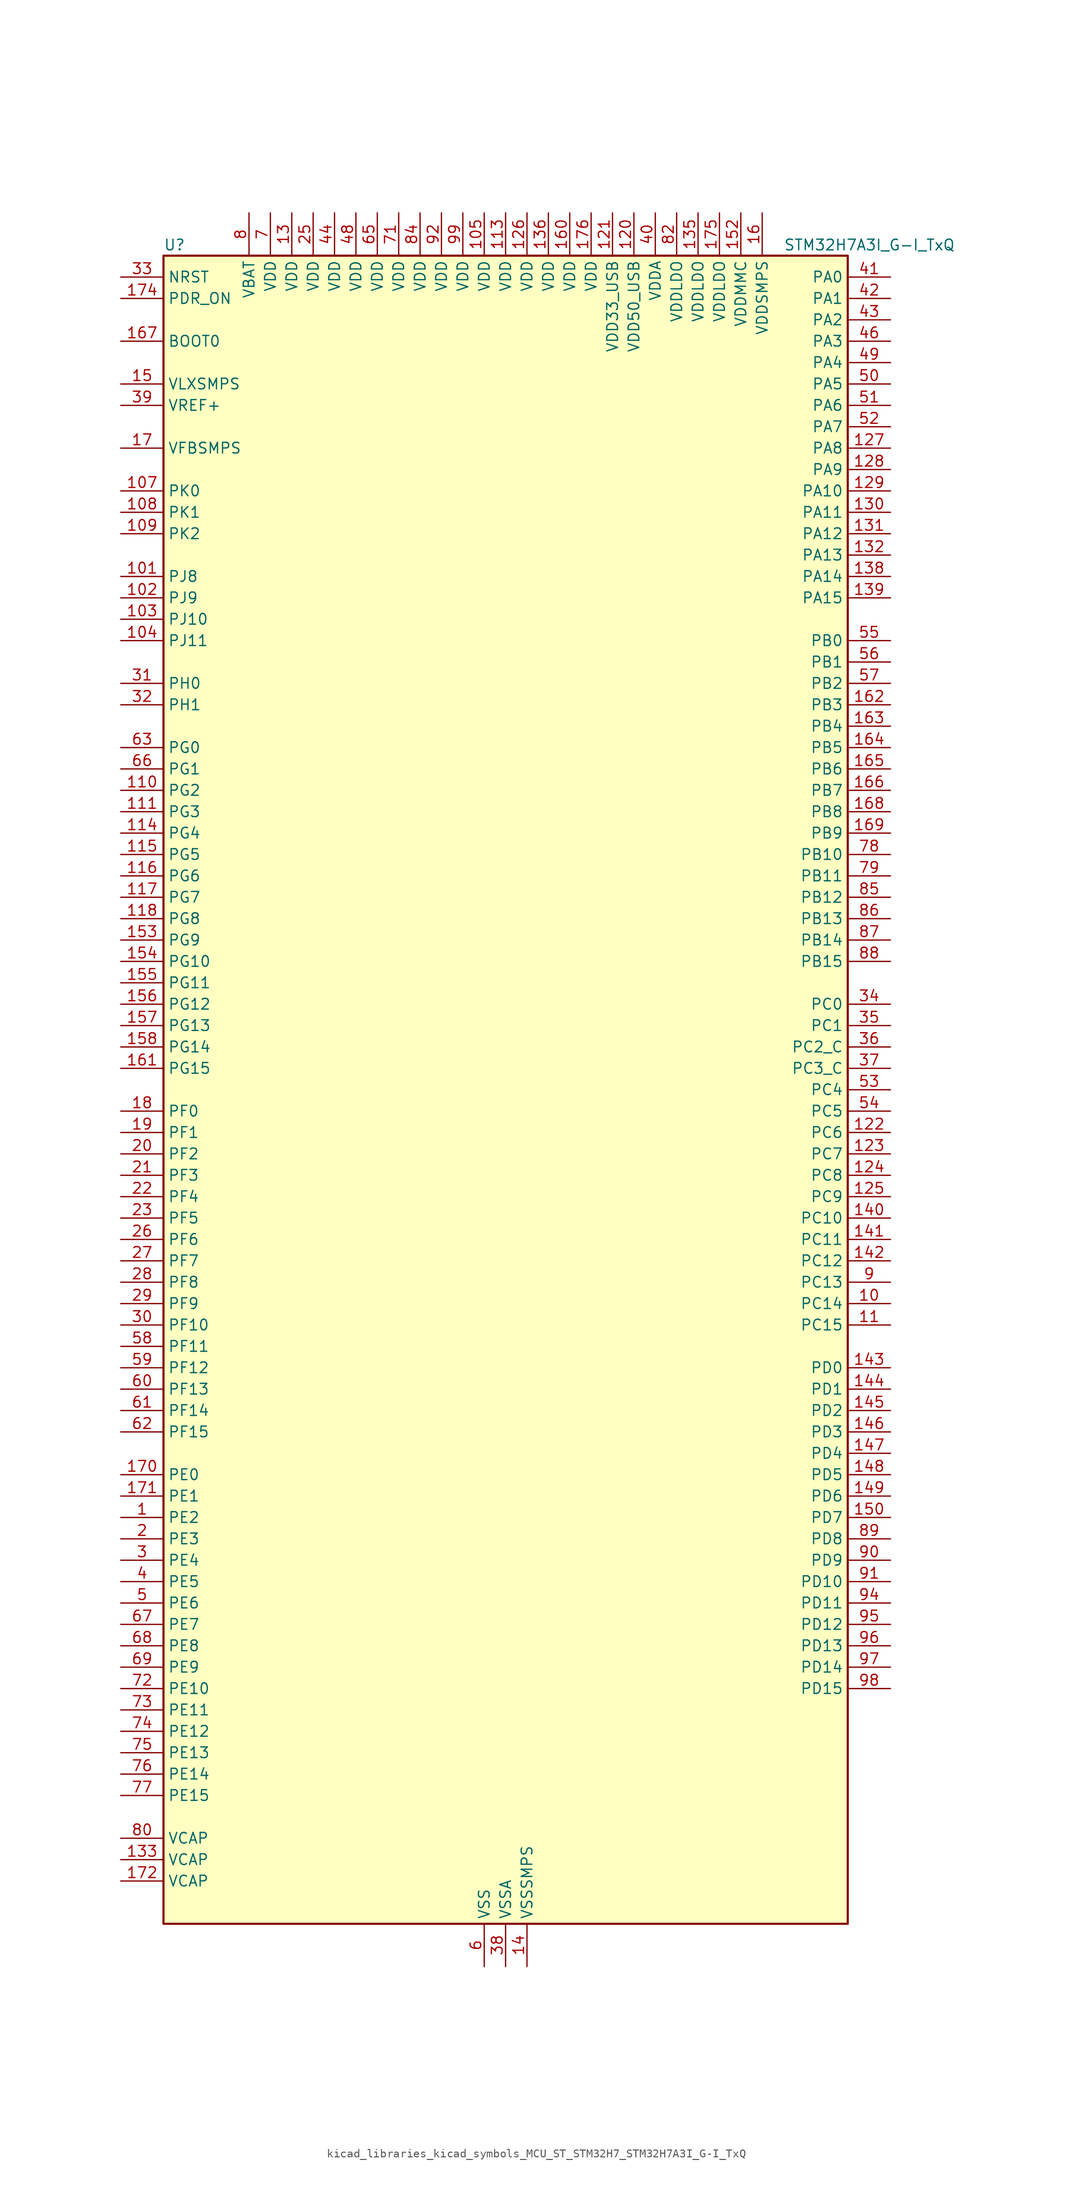
<source format=kicad_sym>
(kicad_symbol_lib
  (version 20220914)
  (generator kicad_symbol_editor)
  (symbol "kicad_libraries_kicad_symbols_MCU_ST_STM32H7_STM32H7A3I_G-I_TxQ"
    (property "Reference" "U"
      (at -40.64 100.33 0)
      (effects (font (size 1.27 1.27)) (justify left)))
    (property "Value" "STM32H7A3I_G-I_TxQ"
      (at 33.02 100.33 0)
      (effects (font (size 1.27 1.27)) (justify left)))
    (property "ki_locked" ""
      (at 0 0 0)
      (effects (font (size 1.27 1.27))))
    (symbol "kicad_libraries_kicad_symbols_MCU_ST_STM32H7_STM32H7A3I_G-I_TxQ_0_1"
      (rectangle (start -40.64 -99.06) (end 40.64 99.06) (stroke (width 0.254) (type default)) (fill (type background))))
    (symbol "kicad_libraries_kicad_symbols_MCU_ST_STM32H7_STM32H7A3I_G-I_TxQ_1_1"
      (pin bidirectional line (at -45.72 -50.8 0) (length 5.08) (name "PE2" (effects (font (size 1.27 1.27)))) (number "1" (effects (font (size 1.27 1.27)))) (alternate "DEBUG_TRACECLK" bidirectional line) (alternate "FMC_A23" bidirectional line) (alternate "OCTOSPIM_P1_IO2" bidirectional line) (alternate "SAI1_CK1" bidirectional line) (alternate "SAI1_MCLK_A" bidirectional line) (alternate "SPI4_SCK" bidirectional line) (alternate "USART10_RX" bidirectional line))
      (pin bidirectional line (at 45.72 -25.4 180) (length 5.08) (name "PC14" (effects (font (size 1.27 1.27)))) (number "10" (effects (font (size 1.27 1.27)))) (alternate "RCC_OSC32_IN" bidirectional line))
      (pin passive line (at -2.54 -104.14 90) (length 5.08) hide (name "VSS" (effects (font (size 1.27 1.27)))) (number "100" (effects (font (size 1.27 1.27)))))
      (pin bidirectional line (at -45.72 60.96 0) (length 5.08) (name "PJ8" (effects (font (size 1.27 1.27)))) (number "101" (effects (font (size 1.27 1.27)))) (alternate "LTDC_G1" bidirectional line) (alternate "TIM1_CH3N" bidirectional line) (alternate "TIM8_CH1" bidirectional line) (alternate "UART8_TX" bidirectional line))
      (pin bidirectional line (at -45.72 58.42 0) (length 5.08) (name "PJ9" (effects (font (size 1.27 1.27)))) (number "102" (effects (font (size 1.27 1.27)))) (alternate "DAC1_EXTI9" bidirectional line) (alternate "LTDC_G2" bidirectional line) (alternate "TIM1_CH3" bidirectional line) (alternate "TIM8_CH1N" bidirectional line) (alternate "UART8_RX" bidirectional line))
      (pin bidirectional line (at -45.72 55.88 0) (length 5.08) (name "PJ10" (effects (font (size 1.27 1.27)))) (number "103" (effects (font (size 1.27 1.27)))) (alternate "LTDC_G3" bidirectional line) (alternate "SPI5_MOSI" bidirectional line) (alternate "TIM1_CH2N" bidirectional line) (alternate "TIM8_CH2" bidirectional line))
      (pin bidirectional line (at -45.72 53.34 0) (length 5.08) (name "PJ11" (effects (font (size 1.27 1.27)))) (number "104" (effects (font (size 1.27 1.27)))) (alternate "ADC1_EXTI11" bidirectional line) (alternate "ADC2_EXTI11" bidirectional line) (alternate "LTDC_G4" bidirectional line) (alternate "SPI5_MISO" bidirectional line) (alternate "TIM1_CH2" bidirectional line) (alternate "TIM8_CH2N" bidirectional line))
      (pin power_in line (at -2.54 104.14 270) (length 5.08) (name "VDD" (effects (font (size 1.27 1.27)))) (number "105" (effects (font (size 1.27 1.27)))))
      (pin passive line (at -2.54 -104.14 90) (length 5.08) hide (name "VSS" (effects (font (size 1.27 1.27)))) (number "106" (effects (font (size 1.27 1.27)))))
      (pin bidirectional line (at -45.72 71.12 0) (length 5.08) (name "PK0" (effects (font (size 1.27 1.27)))) (number "107" (effects (font (size 1.27 1.27)))) (alternate "LTDC_G5" bidirectional line) (alternate "SPI5_SCK" bidirectional line) (alternate "TIM1_CH1N" bidirectional line) (alternate "TIM8_CH3" bidirectional line))
      (pin bidirectional line (at -45.72 68.58 0) (length 5.08) (name "PK1" (effects (font (size 1.27 1.27)))) (number "108" (effects (font (size 1.27 1.27)))) (alternate "LTDC_G6" bidirectional line) (alternate "SPI5_NSS" bidirectional line) (alternate "TIM1_CH1" bidirectional line) (alternate "TIM8_CH3N" bidirectional line))
      (pin bidirectional line (at -45.72 66.04 0) (length 5.08) (name "PK2" (effects (font (size 1.27 1.27)))) (number "109" (effects (font (size 1.27 1.27)))) (alternate "LTDC_G7" bidirectional line) (alternate "TIM1_BKIN" bidirectional line) (alternate "TIM1_BKIN_COMP1" bidirectional line) (alternate "TIM1_BKIN_COMP2" bidirectional line) (alternate "TIM8_BKIN" bidirectional line) (alternate "TIM8_BKIN_COMP1" bidirectional line) (alternate "TIM8_BKIN_COMP2" bidirectional line))
      (pin bidirectional line (at 45.72 -27.94 180) (length 5.08) (name "PC15" (effects (font (size 1.27 1.27)))) (number "11" (effects (font (size 1.27 1.27)))) (alternate "ADC1_EXTI15" bidirectional line) (alternate "ADC2_EXTI15" bidirectional line) (alternate "RCC_OSC32_OUT" bidirectional line))
      (pin bidirectional line (at -45.72 35.56 0) (length 5.08) (name "PG2" (effects (font (size 1.27 1.27)))) (number "110" (effects (font (size 1.27 1.27)))) (alternate "FMC_A12" bidirectional line) (alternate "TIM8_BKIN" bidirectional line) (alternate "TIM8_BKIN_COMP1" bidirectional line) (alternate "TIM8_BKIN_COMP2" bidirectional line))
      (pin bidirectional line (at -45.72 33.02 0) (length 5.08) (name "PG3" (effects (font (size 1.27 1.27)))) (number "111" (effects (font (size 1.27 1.27)))) (alternate "FMC_A13" bidirectional line) (alternate "TIM8_BKIN2" bidirectional line) (alternate "TIM8_BKIN2_COMP1" bidirectional line) (alternate "TIM8_BKIN2_COMP2" bidirectional line))
      (pin passive line (at -2.54 -104.14 90) (length 5.08) hide (name "VSS" (effects (font (size 1.27 1.27)))) (number "112" (effects (font (size 1.27 1.27)))))
      (pin power_in line (at 0 104.14 270) (length 5.08) (name "VDD" (effects (font (size 1.27 1.27)))) (number "113" (effects (font (size 1.27 1.27)))))
      (pin bidirectional line (at -45.72 30.48 0) (length 5.08) (name "PG4" (effects (font (size 1.27 1.27)))) (number "114" (effects (font (size 1.27 1.27)))) (alternate "FMC_A14" bidirectional line) (alternate "FMC_BA0" bidirectional line) (alternate "TIM1_BKIN2" bidirectional line) (alternate "TIM1_BKIN2_COMP1" bidirectional line) (alternate "TIM1_BKIN2_COMP2" bidirectional line))
      (pin bidirectional line (at -45.72 27.94 0) (length 5.08) (name "PG5" (effects (font (size 1.27 1.27)))) (number "115" (effects (font (size 1.27 1.27)))) (alternate "FMC_A15" bidirectional line) (alternate "FMC_BA1" bidirectional line) (alternate "TIM1_ETR" bidirectional line))
      (pin bidirectional line (at -45.72 25.4 0) (length 5.08) (name "PG6" (effects (font (size 1.27 1.27)))) (number "116" (effects (font (size 1.27 1.27)))) (alternate "DCMI_D12" bidirectional line) (alternate "FMC_NE3" bidirectional line) (alternate "LTDC_R7" bidirectional line) (alternate "OCTOSPIM_P1_NCS" bidirectional line) (alternate "PSSI_D12" bidirectional line) (alternate "TIM17_BKIN" bidirectional line))
      (pin bidirectional line (at -45.72 22.86 0) (length 5.08) (name "PG7" (effects (font (size 1.27 1.27)))) (number "117" (effects (font (size 1.27 1.27)))) (alternate "DCMI_D13" bidirectional line) (alternate "FMC_INT" bidirectional line) (alternate "LTDC_CLK" bidirectional line) (alternate "OCTOSPIM_P2_DQS" bidirectional line) (alternate "PSSI_D13" bidirectional line) (alternate "SAI1_MCLK_A" bidirectional line) (alternate "USART6_CK" bidirectional line))
      (pin bidirectional line (at -45.72 20.32 0) (length 5.08) (name "PG8" (effects (font (size 1.27 1.27)))) (number "118" (effects (font (size 1.27 1.27)))) (alternate "FMC_SDCLK" bidirectional line) (alternate "I2S6_WS" bidirectional line) (alternate "LTDC_G7" bidirectional line) (alternate "SPDIFRX_IN2" bidirectional line) (alternate "SPI6_NSS" bidirectional line) (alternate "TIM8_ETR" bidirectional line) (alternate "USART6_DE" bidirectional line) (alternate "USART6_RTS" bidirectional line))
      (pin passive line (at -2.54 -104.14 90) (length 5.08) hide (name "VSS" (effects (font (size 1.27 1.27)))) (number "119" (effects (font (size 1.27 1.27)))))
      (pin passive line (at -2.54 -104.14 90) (length 5.08) hide (name "VSS" (effects (font (size 1.27 1.27)))) (number "12" (effects (font (size 1.27 1.27)))))
      (pin power_in line (at 15.24 104.14 270) (length 5.08) (name "VDD50_USB" (effects (font (size 1.27 1.27)))) (number "120" (effects (font (size 1.27 1.27)))))
      (pin power_in line (at 12.7 104.14 270) (length 5.08) (name "VDD33_USB" (effects (font (size 1.27 1.27)))) (number "121" (effects (font (size 1.27 1.27)))))
      (pin bidirectional line (at 45.72 -5.08 180) (length 5.08) (name "PC6" (effects (font (size 1.27 1.27)))) (number "122" (effects (font (size 1.27 1.27)))) (alternate "DCMI_D0" bidirectional line) (alternate "DFSDM1_CKIN3" bidirectional line) (alternate "FMC_NWAIT" bidirectional line) (alternate "I2S2_MCK" bidirectional line) (alternate "LTDC_HSYNC" bidirectional line) (alternate "PSSI_D0" bidirectional line) (alternate "SDMMC1_D0DIR" bidirectional line) (alternate "SDMMC1_D6" bidirectional line) (alternate "SDMMC2_D6" bidirectional line) (alternate "SWPMI1_IO" bidirectional line) (alternate "TIM3_CH1" bidirectional line) (alternate "TIM8_CH1" bidirectional line) (alternate "USART6_TX" bidirectional line))
      (pin bidirectional line (at 45.72 -7.62 180) (length 5.08) (name "PC7" (effects (font (size 1.27 1.27)))) (number "123" (effects (font (size 1.27 1.27)))) (alternate "DCMI_D1" bidirectional line) (alternate "DEBUG_TRGIO" bidirectional line) (alternate "DFSDM1_DATIN3" bidirectional line) (alternate "FMC_NE1" bidirectional line) (alternate "I2S3_MCK" bidirectional line) (alternate "LTDC_G6" bidirectional line) (alternate "PSSI_D1" bidirectional line) (alternate "SDMMC1_D123DIR" bidirectional line) (alternate "SDMMC1_D7" bidirectional line) (alternate "SDMMC2_D7" bidirectional line) (alternate "SWPMI1_TX" bidirectional line) (alternate "TIM3_CH2" bidirectional line) (alternate "TIM8_CH2" bidirectional line) (alternate "USART6_RX" bidirectional line))
      (pin bidirectional line (at 45.72 -10.16 180) (length 5.08) (name "PC8" (effects (font (size 1.27 1.27)))) (number "124" (effects (font (size 1.27 1.27)))) (alternate "DCMI_D2" bidirectional line) (alternate "DEBUG_TRACED1" bidirectional line) (alternate "FMC_INT" bidirectional line) (alternate "FMC_NCE" bidirectional line) (alternate "FMC_NE2" bidirectional line) (alternate "PSSI_D2" bidirectional line) (alternate "SDMMC1_D0" bidirectional line) (alternate "SWPMI1_RX" bidirectional line) (alternate "TIM3_CH3" bidirectional line) (alternate "TIM8_CH3" bidirectional line) (alternate "UART5_DE" bidirectional line) (alternate "UART5_RTS" bidirectional line) (alternate "USART6_CK" bidirectional line))
      (pin bidirectional line (at 45.72 -12.7 180) (length 5.08) (name "PC9" (effects (font (size 1.27 1.27)))) (number "125" (effects (font (size 1.27 1.27)))) (alternate "DAC1_EXTI9" bidirectional line) (alternate "DCMI_D3" bidirectional line) (alternate "I2C3_SDA" bidirectional line) (alternate "I2S_CKIN" bidirectional line) (alternate "LTDC_B2" bidirectional line) (alternate "LTDC_G3" bidirectional line) (alternate "OCTOSPIM_P1_IO0" bidirectional line) (alternate "PSSI_D3" bidirectional line) (alternate "RCC_MCO_2" bidirectional line) (alternate "SDMMC1_D1" bidirectional line) (alternate "SWPMI1_SUSPEND" bidirectional line) (alternate "TIM3_CH4" bidirectional line) (alternate "TIM8_CH4" bidirectional line) (alternate "UART5_CTS" bidirectional line))
      (pin power_in line (at 2.54 104.14 270) (length 5.08) (name "VDD" (effects (font (size 1.27 1.27)))) (number "126" (effects (font (size 1.27 1.27)))))
      (pin bidirectional line (at 45.72 76.2 180) (length 5.08) (name "PA8" (effects (font (size 1.27 1.27)))) (number "127" (effects (font (size 1.27 1.27)))) (alternate "I2C3_SCL" bidirectional line) (alternate "LTDC_B3" bidirectional line) (alternate "LTDC_R6" bidirectional line) (alternate "RCC_MCO_1" bidirectional line) (alternate "TIM1_CH1" bidirectional line) (alternate "TIM8_BKIN2" bidirectional line) (alternate "TIM8_BKIN2_COMP1" bidirectional line) (alternate "TIM8_BKIN2_COMP2" bidirectional line) (alternate "UART7_RX" bidirectional line) (alternate "USART1_CK" bidirectional line) (alternate "USB_OTG_HS_SOF" bidirectional line))
      (pin bidirectional line (at 45.72 73.66 180) (length 5.08) (name "PA9" (effects (font (size 1.27 1.27)))) (number "128" (effects (font (size 1.27 1.27)))) (alternate "DAC1_EXTI9" bidirectional line) (alternate "DCMI_D0" bidirectional line) (alternate "I2C3_SMBA" bidirectional line) (alternate "I2S2_CK" bidirectional line) (alternate "LPUART1_TX" bidirectional line) (alternate "LTDC_R5" bidirectional line) (alternate "PSSI_D0" bidirectional line) (alternate "SPI2_SCK" bidirectional line) (alternate "TIM1_CH2" bidirectional line) (alternate "USART1_TX" bidirectional line) (alternate "USB_OTG_HS_VBUS" bidirectional line))
      (pin bidirectional line (at 45.72 71.12 180) (length 5.08) (name "PA10" (effects (font (size 1.27 1.27)))) (number "129" (effects (font (size 1.27 1.27)))) (alternate "DCMI_D1" bidirectional line) (alternate "LPUART1_RX" bidirectional line) (alternate "LTDC_B1" bidirectional line) (alternate "LTDC_B4" bidirectional line) (alternate "MDIOS_MDIO" bidirectional line) (alternate "PSSI_D1" bidirectional line) (alternate "TIM1_CH3" bidirectional line) (alternate "USART1_RX" bidirectional line) (alternate "USB_OTG_HS_ID" bidirectional line))
      (pin power_in line (at -25.4 104.14 270) (length 5.08) (name "VDD" (effects (font (size 1.27 1.27)))) (number "13" (effects (font (size 1.27 1.27)))))
      (pin bidirectional line (at 45.72 68.58 180) (length 5.08) (name "PA11" (effects (font (size 1.27 1.27)))) (number "130" (effects (font (size 1.27 1.27)))) (alternate "ADC1_EXTI11" bidirectional line) (alternate "ADC2_EXTI11" bidirectional line) (alternate "FDCAN1_RX" bidirectional line) (alternate "I2S2_WS" bidirectional line) (alternate "LPUART1_CTS" bidirectional line) (alternate "LTDC_R4" bidirectional line) (alternate "SPI2_NSS" bidirectional line) (alternate "TIM1_CH4" bidirectional line) (alternate "UART4_RX" bidirectional line) (alternate "USART1_CTS" bidirectional line) (alternate "USART1_NSS" bidirectional line) (alternate "USB_OTG_HS_DM" bidirectional line))
      (pin bidirectional line (at 45.72 66.04 180) (length 5.08) (name "PA12" (effects (font (size 1.27 1.27)))) (number "131" (effects (font (size 1.27 1.27)))) (alternate "FDCAN1_TX" bidirectional line) (alternate "I2S2_CK" bidirectional line) (alternate "LPUART1_DE" bidirectional line) (alternate "LPUART1_RTS" bidirectional line) (alternate "LTDC_R5" bidirectional line) (alternate "SAI2_FS_B" bidirectional line) (alternate "SPI2_SCK" bidirectional line) (alternate "TIM1_ETR" bidirectional line) (alternate "UART4_TX" bidirectional line) (alternate "USART1_DE" bidirectional line) (alternate "USART1_RTS" bidirectional line) (alternate "USB_OTG_HS_DP" bidirectional line))
      (pin bidirectional line (at 45.72 63.5 180) (length 5.08) (name "PA13" (effects (font (size 1.27 1.27)))) (number "132" (effects (font (size 1.27 1.27)))) (alternate "DEBUG_JTMS-SWDIO" bidirectional line))
      (pin power_out line (at -45.72 -91.44 0) (length 5.08) (name "VCAP" (effects (font (size 1.27 1.27)))) (number "133" (effects (font (size 1.27 1.27)))))
      (pin passive line (at -2.54 -104.14 90) (length 5.08) hide (name "VSS" (effects (font (size 1.27 1.27)))) (number "134" (effects (font (size 1.27 1.27)))))
      (pin power_in line (at 22.86 104.14 270) (length 5.08) (name "VDDLDO" (effects (font (size 1.27 1.27)))) (number "135" (effects (font (size 1.27 1.27)))))
      (pin power_in line (at 5.08 104.14 270) (length 5.08) (name "VDD" (effects (font (size 1.27 1.27)))) (number "136" (effects (font (size 1.27 1.27)))))
      (pin passive line (at -2.54 -104.14 90) (length 5.08) hide (name "VSS" (effects (font (size 1.27 1.27)))) (number "137" (effects (font (size 1.27 1.27)))))
      (pin bidirectional line (at 45.72 60.96 180) (length 5.08) (name "PA14" (effects (font (size 1.27 1.27)))) (number "138" (effects (font (size 1.27 1.27)))) (alternate "DEBUG_JTCK-SWCLK" bidirectional line))
      (pin bidirectional line (at 45.72 58.42 180) (length 5.08) (name "PA15" (effects (font (size 1.27 1.27)))) (number "139" (effects (font (size 1.27 1.27)))) (alternate "ADC1_EXTI15" bidirectional line) (alternate "ADC2_EXTI15" bidirectional line) (alternate "CEC" bidirectional line) (alternate "DEBUG_JTDI" bidirectional line) (alternate "I2S1_WS" bidirectional line) (alternate "I2S3_WS" bidirectional line) (alternate "I2S6_WS" bidirectional line) (alternate "LTDC_B6" bidirectional line) (alternate "LTDC_R3" bidirectional line) (alternate "SPI1_NSS" bidirectional line) (alternate "SPI3_NSS" bidirectional line) (alternate "SPI6_NSS" bidirectional line) (alternate "TIM2_CH1" bidirectional line) (alternate "TIM2_ETR" bidirectional line) (alternate "UART4_DE" bidirectional line) (alternate "UART4_RTS" bidirectional line) (alternate "UART7_TX" bidirectional line))
      (pin power_in line (at 2.54 -104.14 90) (length 5.08) (name "VSSSMPS" (effects (font (size 1.27 1.27)))) (number "14" (effects (font (size 1.27 1.27)))))
      (pin bidirectional line (at 45.72 -15.24 180) (length 5.08) (name "PC10" (effects (font (size 1.27 1.27)))) (number "140" (effects (font (size 1.27 1.27)))) (alternate "DCMI_D8" bidirectional line) (alternate "DFSDM1_CKIN5" bidirectional line) (alternate "DFSDM2_CKIN0" bidirectional line) (alternate "I2S3_CK" bidirectional line) (alternate "LTDC_B1" bidirectional line) (alternate "LTDC_R2" bidirectional line) (alternate "OCTOSPIM_P1_IO1" bidirectional line) (alternate "PSSI_D8" bidirectional line) (alternate "SDMMC1_D2" bidirectional line) (alternate "SPI3_SCK" bidirectional line) (alternate "SWPMI1_RX" bidirectional line) (alternate "UART4_TX" bidirectional line) (alternate "USART3_TX" bidirectional line))
      (pin bidirectional line (at 45.72 -17.78 180) (length 5.08) (name "PC11" (effects (font (size 1.27 1.27)))) (number "141" (effects (font (size 1.27 1.27)))) (alternate "ADC1_EXTI11" bidirectional line) (alternate "ADC2_EXTI11" bidirectional line) (alternate "DCMI_D4" bidirectional line) (alternate "DFSDM1_DATIN5" bidirectional line) (alternate "DFSDM2_DATIN0" bidirectional line) (alternate "I2S3_SDI" bidirectional line) (alternate "LTDC_B4" bidirectional line) (alternate "OCTOSPIM_P1_NCS" bidirectional line) (alternate "PSSI_D4" bidirectional line) (alternate "SDMMC1_D3" bidirectional line) (alternate "SPI3_MISO" bidirectional line) (alternate "UART4_RX" bidirectional line) (alternate "USART3_RX" bidirectional line))
      (pin bidirectional line (at 45.72 -20.32 180) (length 5.08) (name "PC12" (effects (font (size 1.27 1.27)))) (number "142" (effects (font (size 1.27 1.27)))) (alternate "DCMI_D9" bidirectional line) (alternate "DEBUG_TRACED3" bidirectional line) (alternate "DFSDM2_CKOUT" bidirectional line) (alternate "I2S3_SDO" bidirectional line) (alternate "I2S6_CK" bidirectional line) (alternate "LTDC_R6" bidirectional line) (alternate "PSSI_D9" bidirectional line) (alternate "SDMMC1_CK" bidirectional line) (alternate "SPI3_MOSI" bidirectional line) (alternate "SPI6_SCK" bidirectional line) (alternate "TIM15_CH1" bidirectional line) (alternate "UART5_TX" bidirectional line) (alternate "USART3_CK" bidirectional line))
      (pin bidirectional line (at 45.72 -33.02 180) (length 5.08) (name "PD0" (effects (font (size 1.27 1.27)))) (number "143" (effects (font (size 1.27 1.27)))) (alternate "DFSDM1_CKIN6" bidirectional line) (alternate "FDCAN1_RX" bidirectional line) (alternate "FMC_D2" bidirectional line) (alternate "FMC_DA2" bidirectional line) (alternate "LTDC_B1" bidirectional line) (alternate "UART4_RX" bidirectional line) (alternate "UART9_CTS" bidirectional line))
      (pin bidirectional line (at 45.72 -35.56 180) (length 5.08) (name "PD1" (effects (font (size 1.27 1.27)))) (number "144" (effects (font (size 1.27 1.27)))) (alternate "DFSDM1_DATIN6" bidirectional line) (alternate "FDCAN1_TX" bidirectional line) (alternate "FMC_D3" bidirectional line) (alternate "FMC_DA3" bidirectional line) (alternate "UART4_TX" bidirectional line))
      (pin bidirectional line (at 45.72 -38.1 180) (length 5.08) (name "PD2" (effects (font (size 1.27 1.27)))) (number "145" (effects (font (size 1.27 1.27)))) (alternate "DCMI_D11" bidirectional line) (alternate "DEBUG_TRACED2" bidirectional line) (alternate "LTDC_B2" bidirectional line) (alternate "LTDC_B7" bidirectional line) (alternate "PSSI_D11" bidirectional line) (alternate "SDMMC1_CMD" bidirectional line) (alternate "TIM15_BKIN" bidirectional line) (alternate "TIM3_ETR" bidirectional line) (alternate "UART5_RX" bidirectional line))
      (pin bidirectional line (at 45.72 -40.64 180) (length 5.08) (name "PD3" (effects (font (size 1.27 1.27)))) (number "146" (effects (font (size 1.27 1.27)))) (alternate "DCMI_D5" bidirectional line) (alternate "DFSDM1_CKOUT" bidirectional line) (alternate "FMC_CLK" bidirectional line) (alternate "I2S2_CK" bidirectional line) (alternate "LTDC_G7" bidirectional line) (alternate "PSSI_D5" bidirectional line) (alternate "SPI2_SCK" bidirectional line) (alternate "USART2_CTS" bidirectional line) (alternate "USART2_NSS" bidirectional line))
      (pin bidirectional line (at 45.72 -43.18 180) (length 5.08) (name "PD4" (effects (font (size 1.27 1.27)))) (number "147" (effects (font (size 1.27 1.27)))) (alternate "FMC_NOE" bidirectional line) (alternate "OCTOSPIM_P1_IO4" bidirectional line) (alternate "USART2_DE" bidirectional line) (alternate "USART2_RTS" bidirectional line))
      (pin bidirectional line (at 45.72 -45.72 180) (length 5.08) (name "PD5" (effects (font (size 1.27 1.27)))) (number "148" (effects (font (size 1.27 1.27)))) (alternate "FMC_NWE" bidirectional line) (alternate "OCTOSPIM_P1_IO5" bidirectional line) (alternate "USART2_TX" bidirectional line))
      (pin bidirectional line (at 45.72 -48.26 180) (length 5.08) (name "PD6" (effects (font (size 1.27 1.27)))) (number "149" (effects (font (size 1.27 1.27)))) (alternate "DCMI_D10" bidirectional line) (alternate "DFSDM1_CKIN4" bidirectional line) (alternate "DFSDM1_DATIN1" bidirectional line) (alternate "FMC_NWAIT" bidirectional line) (alternate "I2S3_SDO" bidirectional line) (alternate "LTDC_B2" bidirectional line) (alternate "OCTOSPIM_P1_IO6" bidirectional line) (alternate "PSSI_D10" bidirectional line) (alternate "SAI1_D1" bidirectional line) (alternate "SAI1_SD_A" bidirectional line) (alternate "SDMMC2_CK" bidirectional line) (alternate "SPI3_MOSI" bidirectional line) (alternate "USART2_RX" bidirectional line))
      (pin power_in line (at -45.72 83.82 0) (length 5.08) (name "VLXSMPS" (effects (font (size 1.27 1.27)))) (number "15" (effects (font (size 1.27 1.27)))))
      (pin bidirectional line (at 45.72 -50.8 180) (length 5.08) (name "PD7" (effects (font (size 1.27 1.27)))) (number "150" (effects (font (size 1.27 1.27)))) (alternate "DFSDM1_CKIN1" bidirectional line) (alternate "DFSDM1_DATIN4" bidirectional line) (alternate "FMC_NE1" bidirectional line) (alternate "I2S1_SDO" bidirectional line) (alternate "OCTOSPIM_P1_IO7" bidirectional line) (alternate "SDMMC2_CMD" bidirectional line) (alternate "SPDIFRX_IN0" bidirectional line) (alternate "SPI1_MOSI" bidirectional line) (alternate "USART2_CK" bidirectional line))
      (pin passive line (at -2.54 -104.14 90) (length 5.08) hide (name "VSS" (effects (font (size 1.27 1.27)))) (number "151" (effects (font (size 1.27 1.27)))))
      (pin power_in line (at 27.94 104.14 270) (length 5.08) (name "VDDMMC" (effects (font (size 1.27 1.27)))) (number "152" (effects (font (size 1.27 1.27)))))
      (pin bidirectional line (at -45.72 17.78 0) (length 5.08) (name "PG9" (effects (font (size 1.27 1.27)))) (number "153" (effects (font (size 1.27 1.27)))) (alternate "DAC1_EXTI9" bidirectional line) (alternate "DCMI_VSYNC" bidirectional line) (alternate "FMC_NCE" bidirectional line) (alternate "FMC_NE2" bidirectional line) (alternate "I2S1_SDI" bidirectional line) (alternate "OCTOSPIM_P1_IO6" bidirectional line) (alternate "PSSI_RDY" bidirectional line) (alternate "SAI2_FS_B" bidirectional line) (alternate "SDMMC2_D0" bidirectional line) (alternate "SPDIFRX_IN3" bidirectional line) (alternate "SPI1_MISO" bidirectional line) (alternate "USART6_RX" bidirectional line))
      (pin bidirectional line (at -45.72 15.24 0) (length 5.08) (name "PG10" (effects (font (size 1.27 1.27)))) (number "154" (effects (font (size 1.27 1.27)))) (alternate "DCMI_D2" bidirectional line) (alternate "FMC_NE3" bidirectional line) (alternate "I2S1_WS" bidirectional line) (alternate "LTDC_B2" bidirectional line) (alternate "LTDC_G3" bidirectional line) (alternate "OCTOSPIM_P2_IO6" bidirectional line) (alternate "PSSI_D2" bidirectional line) (alternate "SAI2_SD_B" bidirectional line) (alternate "SDMMC2_D1" bidirectional line) (alternate "SPI1_NSS" bidirectional line))
      (pin bidirectional line (at -45.72 12.7 0) (length 5.08) (name "PG11" (effects (font (size 1.27 1.27)))) (number "155" (effects (font (size 1.27 1.27)))) (alternate "ADC1_EXTI11" bidirectional line) (alternate "ADC2_EXTI11" bidirectional line) (alternate "DCMI_D3" bidirectional line) (alternate "I2S1_CK" bidirectional line) (alternate "LPTIM1_IN2" bidirectional line) (alternate "LTDC_B3" bidirectional line) (alternate "OCTOSPIM_P2_IO7" bidirectional line) (alternate "PSSI_D3" bidirectional line) (alternate "SDMMC2_D2" bidirectional line) (alternate "SPDIFRX_IN0" bidirectional line) (alternate "SPI1_SCK" bidirectional line) (alternate "USART10_RX" bidirectional line))
      (pin bidirectional line (at -45.72 10.16 0) (length 5.08) (name "PG12" (effects (font (size 1.27 1.27)))) (number "156" (effects (font (size 1.27 1.27)))) (alternate "FMC_NE4" bidirectional line) (alternate "I2S6_SDI" bidirectional line) (alternate "LPTIM1_IN1" bidirectional line) (alternate "LTDC_B1" bidirectional line) (alternate "LTDC_B4" bidirectional line) (alternate "OCTOSPIM_P2_NCS" bidirectional line) (alternate "SDMMC2_D3" bidirectional line) (alternate "SPDIFRX_IN1" bidirectional line) (alternate "SPI6_MISO" bidirectional line) (alternate "USART10_TX" bidirectional line) (alternate "USART6_DE" bidirectional line) (alternate "USART6_RTS" bidirectional line))
      (pin bidirectional line (at -45.72 7.62 0) (length 5.08) (name "PG13" (effects (font (size 1.27 1.27)))) (number "157" (effects (font (size 1.27 1.27)))) (alternate "DEBUG_TRACED0" bidirectional line) (alternate "FMC_A24" bidirectional line) (alternate "I2S6_CK" bidirectional line) (alternate "LPTIM1_OUT" bidirectional line) (alternate "LTDC_R0" bidirectional line) (alternate "SDMMC2_D6" bidirectional line) (alternate "SPI6_SCK" bidirectional line) (alternate "USART10_CTS" bidirectional line) (alternate "USART10_NSS" bidirectional line) (alternate "USART6_CTS" bidirectional line) (alternate "USART6_NSS" bidirectional line))
      (pin bidirectional line (at -45.72 5.08 0) (length 5.08) (name "PG14" (effects (font (size 1.27 1.27)))) (number "158" (effects (font (size 1.27 1.27)))) (alternate "DEBUG_TRACED1" bidirectional line) (alternate "FMC_A25" bidirectional line) (alternate "I2S6_SDO" bidirectional line) (alternate "LPTIM1_ETR" bidirectional line) (alternate "LTDC_B0" bidirectional line) (alternate "OCTOSPIM_P1_IO7" bidirectional line) (alternate "SDMMC2_D7" bidirectional line) (alternate "SPI6_MOSI" bidirectional line) (alternate "USART10_DE" bidirectional line) (alternate "USART10_RTS" bidirectional line) (alternate "USART6_TX" bidirectional line))
      (pin passive line (at -2.54 -104.14 90) (length 5.08) hide (name "VSS" (effects (font (size 1.27 1.27)))) (number "159" (effects (font (size 1.27 1.27)))))
      (pin power_in line (at 30.48 104.14 270) (length 5.08) (name "VDDSMPS" (effects (font (size 1.27 1.27)))) (number "16" (effects (font (size 1.27 1.27)))))
      (pin power_in line (at 7.62 104.14 270) (length 5.08) (name "VDD" (effects (font (size 1.27 1.27)))) (number "160" (effects (font (size 1.27 1.27)))))
      (pin bidirectional line (at -45.72 2.54 0) (length 5.08) (name "PG15" (effects (font (size 1.27 1.27)))) (number "161" (effects (font (size 1.27 1.27)))) (alternate "ADC1_EXTI15" bidirectional line) (alternate "ADC2_EXTI15" bidirectional line) (alternate "DCMI_D13" bidirectional line) (alternate "FMC_SDNCAS" bidirectional line) (alternate "OCTOSPIM_P2_DQS" bidirectional line) (alternate "PSSI_D13" bidirectional line) (alternate "USART10_CK" bidirectional line) (alternate "USART6_CTS" bidirectional line) (alternate "USART6_NSS" bidirectional line))
      (pin bidirectional line (at 45.72 45.72 180) (length 5.08) (name "PB3" (effects (font (size 1.27 1.27)))) (number "162" (effects (font (size 1.27 1.27)))) (alternate "CRS_SYNC" bidirectional line) (alternate "DEBUG_JTDO-SWO" bidirectional line) (alternate "I2S1_CK" bidirectional line) (alternate "I2S3_CK" bidirectional line) (alternate "I2S6_CK" bidirectional line) (alternate "SDMMC2_D2" bidirectional line) (alternate "SPI1_SCK" bidirectional line) (alternate "SPI3_SCK" bidirectional line) (alternate "SPI6_SCK" bidirectional line) (alternate "TIM2_CH2" bidirectional line) (alternate "UART7_RX" bidirectional line))
      (pin bidirectional line (at 45.72 43.18 180) (length 5.08) (name "PB4" (effects (font (size 1.27 1.27)))) (number "163" (effects (font (size 1.27 1.27)))) (alternate "DEBUG_JTRST" bidirectional line) (alternate "I2S1_SDI" bidirectional line) (alternate "I2S2_WS" bidirectional line) (alternate "I2S3_SDI" bidirectional line) (alternate "I2S6_SDI" bidirectional line) (alternate "SDMMC2_D3" bidirectional line) (alternate "SPI1_MISO" bidirectional line) (alternate "SPI2_NSS" bidirectional line) (alternate "SPI3_MISO" bidirectional line) (alternate "SPI6_MISO" bidirectional line) (alternate "TIM16_BKIN" bidirectional line) (alternate "TIM3_CH1" bidirectional line) (alternate "UART7_TX" bidirectional line))
      (pin bidirectional line (at 45.72 40.64 180) (length 5.08) (name "PB5" (effects (font (size 1.27 1.27)))) (number "164" (effects (font (size 1.27 1.27)))) (alternate "DCMI_D10" bidirectional line) (alternate "FDCAN2_RX" bidirectional line) (alternate "FMC_SDCKE1" bidirectional line) (alternate "I2C1_SMBA" bidirectional line) (alternate "I2C4_SMBA" bidirectional line) (alternate "I2S1_SDO" bidirectional line) (alternate "I2S3_SDO" bidirectional line) (alternate "I2S6_SDO" bidirectional line) (alternate "LTDC_B5" bidirectional line) (alternate "PSSI_D10" bidirectional line) (alternate "SPI1_MOSI" bidirectional line) (alternate "SPI3_MOSI" bidirectional line) (alternate "SPI6_MOSI" bidirectional line) (alternate "TIM17_BKIN" bidirectional line) (alternate "TIM3_CH2" bidirectional line) (alternate "UART5_RX" bidirectional line) (alternate "USB_OTG_HS_ULPI_D7" bidirectional line))
      (pin bidirectional line (at 45.72 38.1 180) (length 5.08) (name "PB6" (effects (font (size 1.27 1.27)))) (number "165" (effects (font (size 1.27 1.27)))) (alternate "CEC" bidirectional line) (alternate "DCMI_D5" bidirectional line) (alternate "DFSDM1_DATIN5" bidirectional line) (alternate "FDCAN2_TX" bidirectional line) (alternate "FMC_SDNE1" bidirectional line) (alternate "I2C1_SCL" bidirectional line) (alternate "I2C4_SCL" bidirectional line) (alternate "LPUART1_TX" bidirectional line) (alternate "OCTOSPIM_P1_NCS" bidirectional line) (alternate "PSSI_D5" bidirectional line) (alternate "TIM16_CH1N" bidirectional line) (alternate "TIM4_CH1" bidirectional line) (alternate "UART5_TX" bidirectional line) (alternate "USART1_TX" bidirectional line))
      (pin bidirectional line (at 45.72 35.56 180) (length 5.08) (name "PB7" (effects (font (size 1.27 1.27)))) (number "166" (effects (font (size 1.27 1.27)))) (alternate "DCMI_VSYNC" bidirectional line) (alternate "DFSDM1_CKIN5" bidirectional line) (alternate "FMC_NL" bidirectional line) (alternate "I2C1_SDA" bidirectional line) (alternate "I2C4_SDA" bidirectional line) (alternate "LPUART1_RX" bidirectional line) (alternate "PSSI_RDY" bidirectional line) (alternate "PWR_PVD_IN" bidirectional line) (alternate "TIM17_CH1N" bidirectional line) (alternate "TIM4_CH2" bidirectional line) (alternate "USART1_RX" bidirectional line))
      (pin input line (at -45.72 88.9 0) (length 5.08) (name "BOOT0" (effects (font (size 1.27 1.27)))) (number "167" (effects (font (size 1.27 1.27)))))
      (pin bidirectional line (at 45.72 33.02 180) (length 5.08) (name "PB8" (effects (font (size 1.27 1.27)))) (number "168" (effects (font (size 1.27 1.27)))) (alternate "DCMI_D6" bidirectional line) (alternate "DFSDM1_CKIN7" bidirectional line) (alternate "FDCAN1_RX" bidirectional line) (alternate "I2C1_SCL" bidirectional line) (alternate "I2C4_SCL" bidirectional line) (alternate "LTDC_B6" bidirectional line) (alternate "PSSI_D6" bidirectional line) (alternate "SDMMC1_CKIN" bidirectional line) (alternate "SDMMC1_D4" bidirectional line) (alternate "SDMMC2_D4" bidirectional line) (alternate "TIM16_CH1" bidirectional line) (alternate "TIM4_CH3" bidirectional line) (alternate "UART4_RX" bidirectional line))
      (pin bidirectional line (at 45.72 30.48 180) (length 5.08) (name "PB9" (effects (font (size 1.27 1.27)))) (number "169" (effects (font (size 1.27 1.27)))) (alternate "DAC1_EXTI9" bidirectional line) (alternate "DCMI_D7" bidirectional line) (alternate "DFSDM1_DATIN7" bidirectional line) (alternate "FDCAN1_TX" bidirectional line) (alternate "I2C1_SDA" bidirectional line) (alternate "I2C4_SDA" bidirectional line) (alternate "I2C4_SMBA" bidirectional line) (alternate "I2S2_WS" bidirectional line) (alternate "LTDC_B7" bidirectional line) (alternate "PSSI_D7" bidirectional line) (alternate "SDMMC1_CDIR" bidirectional line) (alternate "SDMMC1_D5" bidirectional line) (alternate "SDMMC2_D5" bidirectional line) (alternate "SPI2_NSS" bidirectional line) (alternate "TIM17_CH1" bidirectional line) (alternate "TIM4_CH4" bidirectional line) (alternate "UART4_TX" bidirectional line))
      (pin input line (at -45.72 76.2 0) (length 5.08) (name "VFBSMPS" (effects (font (size 1.27 1.27)))) (number "17" (effects (font (size 1.27 1.27)))))
      (pin bidirectional line (at -45.72 -45.72 0) (length 5.08) (name "PE0" (effects (font (size 1.27 1.27)))) (number "170" (effects (font (size 1.27 1.27)))) (alternate "DCMI_D2" bidirectional line) (alternate "FMC_NBL0" bidirectional line) (alternate "LPTIM1_ETR" bidirectional line) (alternate "LPTIM2_ETR" bidirectional line) (alternate "LTDC_R0" bidirectional line) (alternate "PSSI_D2" bidirectional line) (alternate "SAI2_MCLK_A" bidirectional line) (alternate "TIM4_ETR" bidirectional line) (alternate "UART8_RX" bidirectional line))
      (pin bidirectional line (at -45.72 -48.26 0) (length 5.08) (name "PE1" (effects (font (size 1.27 1.27)))) (number "171" (effects (font (size 1.27 1.27)))) (alternate "DCMI_D3" bidirectional line) (alternate "FMC_NBL1" bidirectional line) (alternate "LPTIM1_IN2" bidirectional line) (alternate "LTDC_R6" bidirectional line) (alternate "PSSI_D3" bidirectional line) (alternate "UART8_TX" bidirectional line))
      (pin power_out line (at -45.72 -93.98 0) (length 5.08) (name "VCAP" (effects (font (size 1.27 1.27)))) (number "172" (effects (font (size 1.27 1.27)))))
      (pin passive line (at -2.54 -104.14 90) (length 5.08) hide (name "VSS" (effects (font (size 1.27 1.27)))) (number "173" (effects (font (size 1.27 1.27)))))
      (pin input line (at -45.72 93.98 0) (length 5.08) (name "PDR_ON" (effects (font (size 1.27 1.27)))) (number "174" (effects (font (size 1.27 1.27)))))
      (pin power_in line (at 25.4 104.14 270) (length 5.08) (name "VDDLDO" (effects (font (size 1.27 1.27)))) (number "175" (effects (font (size 1.27 1.27)))))
      (pin power_in line (at 10.16 104.14 270) (length 5.08) (name "VDD" (effects (font (size 1.27 1.27)))) (number "176" (effects (font (size 1.27 1.27)))))
      (pin bidirectional line (at -45.72 -2.54 0) (length 5.08) (name "PF0" (effects (font (size 1.27 1.27)))) (number "18" (effects (font (size 1.27 1.27)))) (alternate "FMC_A0" bidirectional line) (alternate "I2C2_SDA" bidirectional line) (alternate "OCTOSPIM_P2_IO0" bidirectional line))
      (pin bidirectional line (at -45.72 -5.08 0) (length 5.08) (name "PF1" (effects (font (size 1.27 1.27)))) (number "19" (effects (font (size 1.27 1.27)))) (alternate "FMC_A1" bidirectional line) (alternate "I2C2_SCL" bidirectional line) (alternate "OCTOSPIM_P2_IO1" bidirectional line))
      (pin bidirectional line (at -45.72 -53.34 0) (length 5.08) (name "PE3" (effects (font (size 1.27 1.27)))) (number "2" (effects (font (size 1.27 1.27)))) (alternate "DEBUG_TRACED0" bidirectional line) (alternate "FMC_A19" bidirectional line) (alternate "SAI1_SD_B" bidirectional line) (alternate "TIM15_BKIN" bidirectional line) (alternate "USART10_TX" bidirectional line))
      (pin bidirectional line (at -45.72 -7.62 0) (length 5.08) (name "PF2" (effects (font (size 1.27 1.27)))) (number "20" (effects (font (size 1.27 1.27)))) (alternate "FMC_A2" bidirectional line) (alternate "I2C2_SMBA" bidirectional line) (alternate "OCTOSPIM_P2_IO2" bidirectional line))
      (pin bidirectional line (at -45.72 -10.16 0) (length 5.08) (name "PF3" (effects (font (size 1.27 1.27)))) (number "21" (effects (font (size 1.27 1.27)))) (alternate "FMC_A3" bidirectional line) (alternate "OCTOSPIM_P2_IO3" bidirectional line))
      (pin bidirectional line (at -45.72 -12.7 0) (length 5.08) (name "PF4" (effects (font (size 1.27 1.27)))) (number "22" (effects (font (size 1.27 1.27)))) (alternate "FMC_A4" bidirectional line) (alternate "OCTOSPIM_P2_CLK" bidirectional line))
      (pin bidirectional line (at -45.72 -15.24 0) (length 5.08) (name "PF5" (effects (font (size 1.27 1.27)))) (number "23" (effects (font (size 1.27 1.27)))) (alternate "FMC_A5" bidirectional line) (alternate "OCTOSPIM_P2_NCLK" bidirectional line))
      (pin passive line (at -2.54 -104.14 90) (length 5.08) hide (name "VSS" (effects (font (size 1.27 1.27)))) (number "24" (effects (font (size 1.27 1.27)))))
      (pin power_in line (at -22.86 104.14 270) (length 5.08) (name "VDD" (effects (font (size 1.27 1.27)))) (number "25" (effects (font (size 1.27 1.27)))))
      (pin bidirectional line (at -45.72 -17.78 0) (length 5.08) (name "PF6" (effects (font (size 1.27 1.27)))) (number "26" (effects (font (size 1.27 1.27)))) (alternate "OCTOSPIM_P1_IO3" bidirectional line) (alternate "SAI1_SD_B" bidirectional line) (alternate "SPI5_NSS" bidirectional line) (alternate "TIM16_CH1" bidirectional line) (alternate "UART7_RX" bidirectional line))
      (pin bidirectional line (at -45.72 -20.32 0) (length 5.08) (name "PF7" (effects (font (size 1.27 1.27)))) (number "27" (effects (font (size 1.27 1.27)))) (alternate "OCTOSPIM_P1_IO2" bidirectional line) (alternate "SAI1_MCLK_B" bidirectional line) (alternate "SPI5_SCK" bidirectional line) (alternate "TIM17_CH1" bidirectional line) (alternate "UART7_TX" bidirectional line))
      (pin bidirectional line (at -45.72 -22.86 0) (length 5.08) (name "PF8" (effects (font (size 1.27 1.27)))) (number "28" (effects (font (size 1.27 1.27)))) (alternate "OCTOSPIM_P1_IO0" bidirectional line) (alternate "SAI1_SCK_B" bidirectional line) (alternate "SPI5_MISO" bidirectional line) (alternate "TIM13_CH1" bidirectional line) (alternate "TIM16_CH1N" bidirectional line) (alternate "UART7_DE" bidirectional line) (alternate "UART7_RTS" bidirectional line))
      (pin bidirectional line (at -45.72 -25.4 0) (length 5.08) (name "PF9" (effects (font (size 1.27 1.27)))) (number "29" (effects (font (size 1.27 1.27)))) (alternate "DAC1_EXTI9" bidirectional line) (alternate "OCTOSPIM_P1_IO1" bidirectional line) (alternate "SAI1_FS_B" bidirectional line) (alternate "SPI5_MOSI" bidirectional line) (alternate "TIM14_CH1" bidirectional line) (alternate "TIM17_CH1N" bidirectional line) (alternate "UART7_CTS" bidirectional line))
      (pin bidirectional line (at -45.72 -55.88 0) (length 5.08) (name "PE4" (effects (font (size 1.27 1.27)))) (number "3" (effects (font (size 1.27 1.27)))) (alternate "DCMI_D4" bidirectional line) (alternate "DEBUG_TRACED1" bidirectional line) (alternate "DFSDM1_DATIN3" bidirectional line) (alternate "FMC_A20" bidirectional line) (alternate "LTDC_B0" bidirectional line) (alternate "PSSI_D4" bidirectional line) (alternate "SAI1_D2" bidirectional line) (alternate "SAI1_FS_A" bidirectional line) (alternate "SPI4_NSS" bidirectional line) (alternate "TIM15_CH1N" bidirectional line))
      (pin bidirectional line (at -45.72 -27.94 0) (length 5.08) (name "PF10" (effects (font (size 1.27 1.27)))) (number "30" (effects (font (size 1.27 1.27)))) (alternate "DCMI_D11" bidirectional line) (alternate "LTDC_DE" bidirectional line) (alternate "OCTOSPIM_P1_CLK" bidirectional line) (alternate "PSSI_D11" bidirectional line) (alternate "PSSI_D15" bidirectional line) (alternate "SAI1_D3" bidirectional line) (alternate "TIM16_BKIN" bidirectional line))
      (pin bidirectional line (at -45.72 48.26 0) (length 5.08) (name "PH0" (effects (font (size 1.27 1.27)))) (number "31" (effects (font (size 1.27 1.27)))) (alternate "RCC_OSC_IN" bidirectional line))
      (pin bidirectional line (at -45.72 45.72 0) (length 5.08) (name "PH1" (effects (font (size 1.27 1.27)))) (number "32" (effects (font (size 1.27 1.27)))) (alternate "RCC_OSC_OUT" bidirectional line))
      (pin input line (at -45.72 96.52 0) (length 5.08) (name "NRST" (effects (font (size 1.27 1.27)))) (number "33" (effects (font (size 1.27 1.27)))))
      (pin bidirectional line (at 45.72 10.16 180) (length 5.08) (name "PC0" (effects (font (size 1.27 1.27)))) (number "34" (effects (font (size 1.27 1.27)))) (alternate "ADC1_INP10" bidirectional line) (alternate "ADC2_INP10" bidirectional line) (alternate "DFSDM1_CKIN0" bidirectional line) (alternate "DFSDM1_DATIN4" bidirectional line) (alternate "FMC_A25" bidirectional line) (alternate "FMC_SDNWE" bidirectional line) (alternate "LTDC_G2" bidirectional line) (alternate "LTDC_R5" bidirectional line) (alternate "SAI2_FS_B" bidirectional line) (alternate "USB_OTG_HS_ULPI_STP" bidirectional line))
      (pin bidirectional line (at 45.72 7.62 180) (length 5.08) (name "PC1" (effects (font (size 1.27 1.27)))) (number "35" (effects (font (size 1.27 1.27)))) (alternate "ADC1_INN10" bidirectional line) (alternate "ADC1_INP11" bidirectional line) (alternate "ADC2_INN10" bidirectional line) (alternate "ADC2_INP11" bidirectional line) (alternate "DEBUG_TRACED0" bidirectional line) (alternate "DFSDM1_CKIN4" bidirectional line) (alternate "DFSDM1_DATIN0" bidirectional line) (alternate "I2S2_SDO" bidirectional line) (alternate "LTDC_G5" bidirectional line) (alternate "MDIOS_MDC" bidirectional line) (alternate "OCTOSPIM_P1_IO4" bidirectional line) (alternate "PWR_WKUP6" bidirectional line) (alternate "RTC_TAMP3" bidirectional line) (alternate "SAI1_D1" bidirectional line) (alternate "SAI1_SD_A" bidirectional line) (alternate "SDMMC2_CK" bidirectional line) (alternate "SPI2_MOSI" bidirectional line))
      (pin bidirectional line (at 45.72 5.08 180) (length 5.08) (name "PC2_C" (effects (font (size 1.27 1.27)))) (number "36" (effects (font (size 1.27 1.27)))) (alternate "ADC2_INN1" bidirectional line) (alternate "ADC2_INP0" bidirectional line) (alternate "DFSDM1_CKIN1" bidirectional line) (alternate "DFSDM1_CKOUT" bidirectional line) (alternate "FMC_SDNE0" bidirectional line) (alternate "I2S2_SDI" bidirectional line) (alternate "OCTOSPIM_P1_IO2" bidirectional line) (alternate "OCTOSPIM_P1_IO5" bidirectional line) (alternate "PWR_CSTOP" bidirectional line) (alternate "SPI2_MISO" bidirectional line) (alternate "USB_OTG_HS_ULPI_DIR" bidirectional line))
      (pin bidirectional line (at 45.72 2.54 180) (length 5.08) (name "PC3_C" (effects (font (size 1.27 1.27)))) (number "37" (effects (font (size 1.27 1.27)))) (alternate "ADC2_INP1" bidirectional line) (alternate "DFSDM1_DATIN1" bidirectional line) (alternate "FMC_SDCKE0" bidirectional line) (alternate "I2S2_SDO" bidirectional line) (alternate "OCTOSPIM_P1_IO0" bidirectional line) (alternate "OCTOSPIM_P1_IO6" bidirectional line) (alternate "PWR_CSLEEP" bidirectional line) (alternate "SPI2_MOSI" bidirectional line) (alternate "USB_OTG_HS_ULPI_NXT" bidirectional line))
      (pin power_in line (at 0 -104.14 90) (length 5.08) (name "VSSA" (effects (font (size 1.27 1.27)))) (number "38" (effects (font (size 1.27 1.27)))))
      (pin input line (at -45.72 81.28 0) (length 5.08) (name "VREF+" (effects (font (size 1.27 1.27)))) (number "39" (effects (font (size 1.27 1.27)))) (alternate "VREFBUF_OUT" bidirectional line))
      (pin bidirectional line (at -45.72 -58.42 0) (length 5.08) (name "PE5" (effects (font (size 1.27 1.27)))) (number "4" (effects (font (size 1.27 1.27)))) (alternate "DCMI_D6" bidirectional line) (alternate "DEBUG_TRACED2" bidirectional line) (alternate "DFSDM1_CKIN3" bidirectional line) (alternate "FMC_A21" bidirectional line) (alternate "LTDC_G0" bidirectional line) (alternate "PSSI_D6" bidirectional line) (alternate "SAI1_CK2" bidirectional line) (alternate "SAI1_SCK_A" bidirectional line) (alternate "SPI4_MISO" bidirectional line) (alternate "TIM15_CH1" bidirectional line))
      (pin power_in line (at 17.78 104.14 270) (length 5.08) (name "VDDA" (effects (font (size 1.27 1.27)))) (number "40" (effects (font (size 1.27 1.27)))))
      (pin bidirectional line (at 45.72 96.52 180) (length 5.08) (name "PA0" (effects (font (size 1.27 1.27)))) (number "41" (effects (font (size 1.27 1.27)))) (alternate "ADC1_INP16" bidirectional line) (alternate "I2S6_WS" bidirectional line) (alternate "PWR_WKUP1" bidirectional line) (alternate "SAI2_SD_B" bidirectional line) (alternate "SDMMC2_CMD" bidirectional line) (alternate "SPI6_NSS" bidirectional line) (alternate "TIM15_BKIN" bidirectional line) (alternate "TIM2_CH1" bidirectional line) (alternate "TIM2_ETR" bidirectional line) (alternate "TIM5_CH1" bidirectional line) (alternate "TIM8_ETR" bidirectional line) (alternate "UART4_TX" bidirectional line) (alternate "USART2_CTS" bidirectional line) (alternate "USART2_NSS" bidirectional line))
      (pin bidirectional line (at 45.72 93.98 180) (length 5.08) (name "PA1" (effects (font (size 1.27 1.27)))) (number "42" (effects (font (size 1.27 1.27)))) (alternate "ADC1_INN16" bidirectional line) (alternate "ADC1_INP17" bidirectional line) (alternate "LPTIM3_OUT" bidirectional line) (alternate "LTDC_R2" bidirectional line) (alternate "OCTOSPIM_P1_DQS" bidirectional line) (alternate "OCTOSPIM_P1_IO3" bidirectional line) (alternate "SAI2_MCLK_B" bidirectional line) (alternate "TIM15_CH1N" bidirectional line) (alternate "TIM2_CH2" bidirectional line) (alternate "TIM5_CH2" bidirectional line) (alternate "UART4_RX" bidirectional line) (alternate "USART2_DE" bidirectional line) (alternate "USART2_RTS" bidirectional line))
      (pin bidirectional line (at 45.72 91.44 180) (length 5.08) (name "PA2" (effects (font (size 1.27 1.27)))) (number "43" (effects (font (size 1.27 1.27)))) (alternate "ADC1_INP14" bidirectional line) (alternate "DFSDM2_CKIN1" bidirectional line) (alternate "LTDC_R1" bidirectional line) (alternate "MDIOS_MDIO" bidirectional line) (alternate "PWR_WKUP2" bidirectional line) (alternate "SAI2_SCK_B" bidirectional line) (alternate "TIM15_CH1" bidirectional line) (alternate "TIM2_CH3" bidirectional line) (alternate "TIM5_CH3" bidirectional line) (alternate "USART2_TX" bidirectional line))
      (pin power_in line (at -20.32 104.14 270) (length 5.08) (name "VDD" (effects (font (size 1.27 1.27)))) (number "44" (effects (font (size 1.27 1.27)))))
      (pin passive line (at -2.54 -104.14 90) (length 5.08) hide (name "VSS" (effects (font (size 1.27 1.27)))) (number "45" (effects (font (size 1.27 1.27)))))
      (pin bidirectional line (at 45.72 88.9 180) (length 5.08) (name "PA3" (effects (font (size 1.27 1.27)))) (number "46" (effects (font (size 1.27 1.27)))) (alternate "ADC1_INP15" bidirectional line) (alternate "I2S6_MCK" bidirectional line) (alternate "LTDC_B2" bidirectional line) (alternate "LTDC_B5" bidirectional line) (alternate "OCTOSPIM_P1_CLK" bidirectional line) (alternate "TIM15_CH2" bidirectional line) (alternate "TIM2_CH4" bidirectional line) (alternate "TIM5_CH4" bidirectional line) (alternate "USART2_RX" bidirectional line) (alternate "USB_OTG_HS_ULPI_D0" bidirectional line))
      (pin passive line (at -2.54 -104.14 90) (length 5.08) hide (name "VSS" (effects (font (size 1.27 1.27)))) (number "47" (effects (font (size 1.27 1.27)))))
      (pin power_in line (at -17.78 104.14 270) (length 5.08) (name "VDD" (effects (font (size 1.27 1.27)))) (number "48" (effects (font (size 1.27 1.27)))))
      (pin bidirectional line (at 45.72 86.36 180) (length 5.08) (name "PA4" (effects (font (size 1.27 1.27)))) (number "49" (effects (font (size 1.27 1.27)))) (alternate "ADC1_INP18" bidirectional line) (alternate "DAC1_OUT1" bidirectional line) (alternate "DCMI_HSYNC" bidirectional line) (alternate "I2S1_WS" bidirectional line) (alternate "I2S3_WS" bidirectional line) (alternate "I2S6_WS" bidirectional line) (alternate "LTDC_VSYNC" bidirectional line) (alternate "PSSI_DE" bidirectional line) (alternate "SPI1_NSS" bidirectional line) (alternate "SPI3_NSS" bidirectional line) (alternate "SPI6_NSS" bidirectional line) (alternate "TIM5_ETR" bidirectional line) (alternate "USART2_CK" bidirectional line))
      (pin bidirectional line (at -45.72 -60.96 0) (length 5.08) (name "PE6" (effects (font (size 1.27 1.27)))) (number "5" (effects (font (size 1.27 1.27)))) (alternate "DCMI_D7" bidirectional line) (alternate "DEBUG_TRACED3" bidirectional line) (alternate "FMC_A22" bidirectional line) (alternate "LTDC_G1" bidirectional line) (alternate "PSSI_D7" bidirectional line) (alternate "SAI1_D1" bidirectional line) (alternate "SAI1_SD_A" bidirectional line) (alternate "SAI2_MCLK_B" bidirectional line) (alternate "SPI4_MOSI" bidirectional line) (alternate "TIM15_CH2" bidirectional line) (alternate "TIM1_BKIN2" bidirectional line) (alternate "TIM1_BKIN2_COMP1" bidirectional line) (alternate "TIM1_BKIN2_COMP2" bidirectional line))
      (pin bidirectional line (at 45.72 83.82 180) (length 5.08) (name "PA5" (effects (font (size 1.27 1.27)))) (number "50" (effects (font (size 1.27 1.27)))) (alternate "ADC1_INN18" bidirectional line) (alternate "ADC1_INP19" bidirectional line) (alternate "DAC1_OUT2" bidirectional line) (alternate "I2S1_CK" bidirectional line) (alternate "I2S6_CK" bidirectional line) (alternate "LTDC_R4" bidirectional line) (alternate "PSSI_D14" bidirectional line) (alternate "PWR_NDSTOP2" bidirectional line) (alternate "SPI1_SCK" bidirectional line) (alternate "SPI6_SCK" bidirectional line) (alternate "TIM2_CH1" bidirectional line) (alternate "TIM2_ETR" bidirectional line) (alternate "TIM8_CH1N" bidirectional line) (alternate "USB_OTG_HS_ULPI_CK" bidirectional line))
      (pin bidirectional line (at 45.72 81.28 180) (length 5.08) (name "PA6" (effects (font (size 1.27 1.27)))) (number "51" (effects (font (size 1.27 1.27)))) (alternate "ADC1_INP3" bidirectional line) (alternate "ADC2_INP3" bidirectional line) (alternate "DAC2_OUT1" bidirectional line) (alternate "DCMI_PIXCLK" bidirectional line) (alternate "I2S1_SDI" bidirectional line) (alternate "I2S6_SDI" bidirectional line) (alternate "LTDC_G2" bidirectional line) (alternate "MDIOS_MDC" bidirectional line) (alternate "OCTOSPIM_P1_IO3" bidirectional line) (alternate "PSSI_PDCK" bidirectional line) (alternate "SPI1_MISO" bidirectional line) (alternate "SPI6_MISO" bidirectional line) (alternate "TIM13_CH1" bidirectional line) (alternate "TIM1_BKIN" bidirectional line) (alternate "TIM1_BKIN_COMP1" bidirectional line) (alternate "TIM1_BKIN_COMP2" bidirectional line) (alternate "TIM3_CH1" bidirectional line) (alternate "TIM8_BKIN" bidirectional line) (alternate "TIM8_BKIN_COMP1" bidirectional line) (alternate "TIM8_BKIN_COMP2" bidirectional line))
      (pin bidirectional line (at 45.72 78.74 180) (length 5.08) (name "PA7" (effects (font (size 1.27 1.27)))) (number "52" (effects (font (size 1.27 1.27)))) (alternate "ADC1_INN3" bidirectional line) (alternate "ADC1_INP7" bidirectional line) (alternate "ADC2_INN3" bidirectional line) (alternate "ADC2_INP7" bidirectional line) (alternate "DFSDM2_DATIN1" bidirectional line) (alternate "FMC_SDNWE" bidirectional line) (alternate "I2S1_SDO" bidirectional line) (alternate "I2S6_SDO" bidirectional line) (alternate "LTDC_VSYNC" bidirectional line) (alternate "OCTOSPIM_P1_IO2" bidirectional line) (alternate "OPAMP1_VINM" bidirectional line) (alternate "SPI1_MOSI" bidirectional line) (alternate "SPI6_MOSI" bidirectional line) (alternate "TIM14_CH1" bidirectional line) (alternate "TIM1_CH1N" bidirectional line) (alternate "TIM3_CH2" bidirectional line) (alternate "TIM8_CH1N" bidirectional line))
      (pin bidirectional line (at 45.72 0 180) (length 5.08) (name "PC4" (effects (font (size 1.27 1.27)))) (number "53" (effects (font (size 1.27 1.27)))) (alternate "ADC1_INP4" bidirectional line) (alternate "ADC2_INP4" bidirectional line) (alternate "COMP1_INM" bidirectional line) (alternate "DFSDM1_CKIN2" bidirectional line) (alternate "FMC_SDNE0" bidirectional line) (alternate "I2S1_MCK" bidirectional line) (alternate "LTDC_R7" bidirectional line) (alternate "OPAMP1_VOUT" bidirectional line) (alternate "SPDIFRX_IN2" bidirectional line))
      (pin bidirectional line (at 45.72 -2.54 180) (length 5.08) (name "PC5" (effects (font (size 1.27 1.27)))) (number "54" (effects (font (size 1.27 1.27)))) (alternate "ADC1_INN4" bidirectional line) (alternate "ADC1_INP8" bidirectional line) (alternate "ADC2_INN4" bidirectional line) (alternate "ADC2_INP8" bidirectional line) (alternate "COMP1_OUT" bidirectional line) (alternate "DFSDM1_DATIN2" bidirectional line) (alternate "FMC_SDCKE0" bidirectional line) (alternate "LTDC_DE" bidirectional line) (alternate "OCTOSPIM_P1_DQS" bidirectional line) (alternate "OPAMP1_VINM" bidirectional line) (alternate "PSSI_D15" bidirectional line) (alternate "SAI1_D3" bidirectional line) (alternate "SPDIFRX_IN3" bidirectional line))
      (pin bidirectional line (at 45.72 53.34 180) (length 5.08) (name "PB0" (effects (font (size 1.27 1.27)))) (number "55" (effects (font (size 1.27 1.27)))) (alternate "ADC1_INN5" bidirectional line) (alternate "ADC1_INP9" bidirectional line) (alternate "ADC2_INN5" bidirectional line) (alternate "ADC2_INP9" bidirectional line) (alternate "COMP1_INP" bidirectional line) (alternate "DFSDM1_CKOUT" bidirectional line) (alternate "DFSDM2_CKOUT" bidirectional line) (alternate "LTDC_G1" bidirectional line) (alternate "LTDC_R3" bidirectional line) (alternate "OCTOSPIM_P1_IO1" bidirectional line) (alternate "OPAMP1_VINP" bidirectional line) (alternate "TIM1_CH2N" bidirectional line) (alternate "TIM3_CH3" bidirectional line) (alternate "TIM8_CH2N" bidirectional line) (alternate "UART4_CTS" bidirectional line) (alternate "USB_OTG_HS_ULPI_D1" bidirectional line))
      (pin bidirectional line (at 45.72 50.8 180) (length 5.08) (name "PB1" (effects (font (size 1.27 1.27)))) (number "56" (effects (font (size 1.27 1.27)))) (alternate "ADC1_INP5" bidirectional line) (alternate "ADC2_INP5" bidirectional line) (alternate "COMP1_INM" bidirectional line) (alternate "DFSDM1_DATIN1" bidirectional line) (alternate "LTDC_G0" bidirectional line) (alternate "LTDC_R6" bidirectional line) (alternate "OCTOSPIM_P1_IO0" bidirectional line) (alternate "TIM1_CH3N" bidirectional line) (alternate "TIM3_CH4" bidirectional line) (alternate "TIM8_CH3N" bidirectional line) (alternate "USB_OTG_HS_ULPI_D2" bidirectional line))
      (pin bidirectional line (at 45.72 48.26 180) (length 5.08) (name "PB2" (effects (font (size 1.27 1.27)))) (number "57" (effects (font (size 1.27 1.27)))) (alternate "COMP1_INP" bidirectional line) (alternate "DFSDM1_CKIN1" bidirectional line) (alternate "I2S3_SDO" bidirectional line) (alternate "OCTOSPIM_P1_CLK" bidirectional line) (alternate "OCTOSPIM_P1_DQS" bidirectional line) (alternate "RTC_OUT_ALARM" bidirectional line) (alternate "RTC_OUT_CALIB" bidirectional line) (alternate "SAI1_D1" bidirectional line) (alternate "SAI1_SD_A" bidirectional line) (alternate "SPI3_MOSI" bidirectional line))
      (pin bidirectional line (at -45.72 -30.48 0) (length 5.08) (name "PF11" (effects (font (size 1.27 1.27)))) (number "58" (effects (font (size 1.27 1.27)))) (alternate "ADC1_EXTI11" bidirectional line) (alternate "ADC1_INP2" bidirectional line) (alternate "ADC2_EXTI11" bidirectional line) (alternate "DCMI_D12" bidirectional line) (alternate "FMC_SDNRAS" bidirectional line) (alternate "OCTOSPIM_P1_NCLK" bidirectional line) (alternate "PSSI_D12" bidirectional line) (alternate "SAI2_SD_B" bidirectional line) (alternate "SPI5_MOSI" bidirectional line))
      (pin bidirectional line (at -45.72 -33.02 0) (length 5.08) (name "PF12" (effects (font (size 1.27 1.27)))) (number "59" (effects (font (size 1.27 1.27)))) (alternate "ADC1_INN2" bidirectional line) (alternate "ADC1_INP6" bidirectional line) (alternate "FMC_A6" bidirectional line) (alternate "OCTOSPIM_P2_DQS" bidirectional line))
      (pin power_in line (at -2.54 -104.14 90) (length 5.08) (name "VSS" (effects (font (size 1.27 1.27)))) (number "6" (effects (font (size 1.27 1.27)))))
      (pin bidirectional line (at -45.72 -35.56 0) (length 5.08) (name "PF13" (effects (font (size 1.27 1.27)))) (number "60" (effects (font (size 1.27 1.27)))) (alternate "ADC2_INP2" bidirectional line) (alternate "DFSDM1_DATIN6" bidirectional line) (alternate "FMC_A7" bidirectional line) (alternate "I2C4_SMBA" bidirectional line))
      (pin bidirectional line (at -45.72 -38.1 0) (length 5.08) (name "PF14" (effects (font (size 1.27 1.27)))) (number "61" (effects (font (size 1.27 1.27)))) (alternate "ADC2_INN2" bidirectional line) (alternate "ADC2_INP6" bidirectional line) (alternate "DFSDM1_CKIN6" bidirectional line) (alternate "FMC_A8" bidirectional line) (alternate "I2C4_SCL" bidirectional line))
      (pin bidirectional line (at -45.72 -40.64 0) (length 5.08) (name "PF15" (effects (font (size 1.27 1.27)))) (number "62" (effects (font (size 1.27 1.27)))) (alternate "ADC1_EXTI15" bidirectional line) (alternate "ADC2_EXTI15" bidirectional line) (alternate "FMC_A9" bidirectional line) (alternate "I2C4_SDA" bidirectional line))
      (pin bidirectional line (at -45.72 40.64 0) (length 5.08) (name "PG0" (effects (font (size 1.27 1.27)))) (number "63" (effects (font (size 1.27 1.27)))) (alternate "FMC_A10" bidirectional line) (alternate "OCTOSPIM_P2_IO4" bidirectional line) (alternate "UART9_RX" bidirectional line))
      (pin passive line (at -2.54 -104.14 90) (length 5.08) hide (name "VSS" (effects (font (size 1.27 1.27)))) (number "64" (effects (font (size 1.27 1.27)))))
      (pin power_in line (at -15.24 104.14 270) (length 5.08) (name "VDD" (effects (font (size 1.27 1.27)))) (number "65" (effects (font (size 1.27 1.27)))))
      (pin bidirectional line (at -45.72 38.1 0) (length 5.08) (name "PG1" (effects (font (size 1.27 1.27)))) (number "66" (effects (font (size 1.27 1.27)))) (alternate "FMC_A11" bidirectional line) (alternate "OCTOSPIM_P2_IO5" bidirectional line) (alternate "OPAMP2_VINM" bidirectional line) (alternate "UART9_TX" bidirectional line))
      (pin bidirectional line (at -45.72 -63.5 0) (length 5.08) (name "PE7" (effects (font (size 1.27 1.27)))) (number "67" (effects (font (size 1.27 1.27)))) (alternate "COMP2_INM" bidirectional line) (alternate "DFSDM1_DATIN2" bidirectional line) (alternate "FMC_D4" bidirectional line) (alternate "FMC_DA4" bidirectional line) (alternate "OCTOSPIM_P1_IO4" bidirectional line) (alternate "OPAMP2_VOUT" bidirectional line) (alternate "TIM1_ETR" bidirectional line) (alternate "UART7_RX" bidirectional line))
      (pin bidirectional line (at -45.72 -66.04 0) (length 5.08) (name "PE8" (effects (font (size 1.27 1.27)))) (number "68" (effects (font (size 1.27 1.27)))) (alternate "COMP2_OUT" bidirectional line) (alternate "DFSDM1_CKIN2" bidirectional line) (alternate "FMC_D5" bidirectional line) (alternate "FMC_DA5" bidirectional line) (alternate "OCTOSPIM_P1_IO5" bidirectional line) (alternate "OPAMP2_VINM" bidirectional line) (alternate "TIM1_CH1N" bidirectional line) (alternate "UART7_TX" bidirectional line))
      (pin bidirectional line (at -45.72 -68.58 0) (length 5.08) (name "PE9" (effects (font (size 1.27 1.27)))) (number "69" (effects (font (size 1.27 1.27)))) (alternate "COMP2_INP" bidirectional line) (alternate "DAC1_EXTI9" bidirectional line) (alternate "DFSDM1_CKOUT" bidirectional line) (alternate "FMC_D6" bidirectional line) (alternate "FMC_DA6" bidirectional line) (alternate "OCTOSPIM_P1_IO6" bidirectional line) (alternate "OPAMP2_VINP" bidirectional line) (alternate "TIM1_CH1" bidirectional line) (alternate "UART7_DE" bidirectional line) (alternate "UART7_RTS" bidirectional line))
      (pin power_in line (at -27.94 104.14 270) (length 5.08) (name "VDD" (effects (font (size 1.27 1.27)))) (number "7" (effects (font (size 1.27 1.27)))))
      (pin passive line (at -2.54 -104.14 90) (length 5.08) hide (name "VSS" (effects (font (size 1.27 1.27)))) (number "70" (effects (font (size 1.27 1.27)))))
      (pin power_in line (at -12.7 104.14 270) (length 5.08) (name "VDD" (effects (font (size 1.27 1.27)))) (number "71" (effects (font (size 1.27 1.27)))))
      (pin bidirectional line (at -45.72 -71.12 0) (length 5.08) (name "PE10" (effects (font (size 1.27 1.27)))) (number "72" (effects (font (size 1.27 1.27)))) (alternate "COMP2_INM" bidirectional line) (alternate "DFSDM1_DATIN4" bidirectional line) (alternate "FMC_D7" bidirectional line) (alternate "FMC_DA7" bidirectional line) (alternate "OCTOSPIM_P1_IO7" bidirectional line) (alternate "TIM1_CH2N" bidirectional line) (alternate "UART7_CTS" bidirectional line))
      (pin bidirectional line (at -45.72 -73.66 0) (length 5.08) (name "PE11" (effects (font (size 1.27 1.27)))) (number "73" (effects (font (size 1.27 1.27)))) (alternate "ADC1_EXTI11" bidirectional line) (alternate "ADC2_EXTI11" bidirectional line) (alternate "COMP2_INP" bidirectional line) (alternate "DFSDM1_CKIN4" bidirectional line) (alternate "FMC_D8" bidirectional line) (alternate "FMC_DA8" bidirectional line) (alternate "LTDC_G3" bidirectional line) (alternate "OCTOSPIM_P1_NCS" bidirectional line) (alternate "SAI2_SD_B" bidirectional line) (alternate "SPI4_NSS" bidirectional line) (alternate "TIM1_CH2" bidirectional line))
      (pin bidirectional line (at -45.72 -76.2 0) (length 5.08) (name "PE12" (effects (font (size 1.27 1.27)))) (number "74" (effects (font (size 1.27 1.27)))) (alternate "COMP1_OUT" bidirectional line) (alternate "DFSDM1_DATIN5" bidirectional line) (alternate "FMC_D9" bidirectional line) (alternate "FMC_DA9" bidirectional line) (alternate "LTDC_B4" bidirectional line) (alternate "SAI2_SCK_B" bidirectional line) (alternate "SPI4_SCK" bidirectional line) (alternate "TIM1_CH3N" bidirectional line))
      (pin bidirectional line (at -45.72 -78.74 0) (length 5.08) (name "PE13" (effects (font (size 1.27 1.27)))) (number "75" (effects (font (size 1.27 1.27)))) (alternate "COMP2_OUT" bidirectional line) (alternate "DFSDM1_CKIN5" bidirectional line) (alternate "FMC_D10" bidirectional line) (alternate "FMC_DA10" bidirectional line) (alternate "LTDC_DE" bidirectional line) (alternate "SAI2_FS_B" bidirectional line) (alternate "SPI4_MISO" bidirectional line) (alternate "TIM1_CH3" bidirectional line))
      (pin bidirectional line (at -45.72 -81.28 0) (length 5.08) (name "PE14" (effects (font (size 1.27 1.27)))) (number "76" (effects (font (size 1.27 1.27)))) (alternate "FMC_D11" bidirectional line) (alternate "FMC_DA11" bidirectional line) (alternate "LTDC_CLK" bidirectional line) (alternate "SAI2_MCLK_B" bidirectional line) (alternate "SPI4_MOSI" bidirectional line) (alternate "TIM1_CH4" bidirectional line))
      (pin bidirectional line (at -45.72 -83.82 0) (length 5.08) (name "PE15" (effects (font (size 1.27 1.27)))) (number "77" (effects (font (size 1.27 1.27)))) (alternate "ADC1_EXTI15" bidirectional line) (alternate "ADC2_EXTI15" bidirectional line) (alternate "FMC_D12" bidirectional line) (alternate "FMC_DA12" bidirectional line) (alternate "LTDC_R7" bidirectional line) (alternate "TIM1_BKIN" bidirectional line) (alternate "TIM1_BKIN_COMP1" bidirectional line) (alternate "TIM1_BKIN_COMP2" bidirectional line) (alternate "USART10_CK" bidirectional line))
      (pin bidirectional line (at 45.72 27.94 180) (length 5.08) (name "PB10" (effects (font (size 1.27 1.27)))) (number "78" (effects (font (size 1.27 1.27)))) (alternate "DFSDM1_DATIN7" bidirectional line) (alternate "I2C2_SCL" bidirectional line) (alternate "I2S2_CK" bidirectional line) (alternate "LPTIM2_IN1" bidirectional line) (alternate "LTDC_G4" bidirectional line) (alternate "OCTOSPIM_P1_NCS" bidirectional line) (alternate "SPI2_SCK" bidirectional line) (alternate "TIM2_CH3" bidirectional line) (alternate "USART3_TX" bidirectional line) (alternate "USB_OTG_HS_ULPI_D3" bidirectional line))
      (pin bidirectional line (at 45.72 25.4 180) (length 5.08) (name "PB11" (effects (font (size 1.27 1.27)))) (number "79" (effects (font (size 1.27 1.27)))) (alternate "ADC1_EXTI11" bidirectional line) (alternate "ADC2_EXTI11" bidirectional line) (alternate "DFSDM1_CKIN7" bidirectional line) (alternate "I2C2_SDA" bidirectional line) (alternate "LPTIM2_ETR" bidirectional line) (alternate "LTDC_G5" bidirectional line) (alternate "TIM2_CH4" bidirectional line) (alternate "USART3_RX" bidirectional line) (alternate "USB_OTG_HS_ULPI_D4" bidirectional line))
      (pin power_in line (at -30.48 104.14 270) (length 5.08) (name "VBAT" (effects (font (size 1.27 1.27)))) (number "8" (effects (font (size 1.27 1.27)))))
      (pin power_out line (at -45.72 -88.9 0) (length 5.08) (name "VCAP" (effects (font (size 1.27 1.27)))) (number "80" (effects (font (size 1.27 1.27)))))
      (pin passive line (at -2.54 -104.14 90) (length 5.08) hide (name "VSS" (effects (font (size 1.27 1.27)))) (number "81" (effects (font (size 1.27 1.27)))))
      (pin power_in line (at 20.32 104.14 270) (length 5.08) (name "VDDLDO" (effects (font (size 1.27 1.27)))) (number "82" (effects (font (size 1.27 1.27)))))
      (pin passive line (at -2.54 -104.14 90) (length 5.08) hide (name "VSS" (effects (font (size 1.27 1.27)))) (number "83" (effects (font (size 1.27 1.27)))))
      (pin power_in line (at -10.16 104.14 270) (length 5.08) (name "VDD" (effects (font (size 1.27 1.27)))) (number "84" (effects (font (size 1.27 1.27)))))
      (pin bidirectional line (at 45.72 22.86 180) (length 5.08) (name "PB12" (effects (font (size 1.27 1.27)))) (number "85" (effects (font (size 1.27 1.27)))) (alternate "DFSDM1_DATIN1" bidirectional line) (alternate "DFSDM2_DATIN1" bidirectional line) (alternate "FDCAN2_RX" bidirectional line) (alternate "I2C2_SMBA" bidirectional line) (alternate "I2S2_WS" bidirectional line) (alternate "OCTOSPIM_P1_NCLK" bidirectional line) (alternate "SPI2_NSS" bidirectional line) (alternate "TIM1_BKIN" bidirectional line) (alternate "TIM1_BKIN_COMP1" bidirectional line) (alternate "TIM1_BKIN_COMP2" bidirectional line) (alternate "UART5_RX" bidirectional line) (alternate "USART3_CK" bidirectional line) (alternate "USB_OTG_HS_ULPI_D5" bidirectional line))
      (pin bidirectional line (at 45.72 20.32 180) (length 5.08) (name "PB13" (effects (font (size 1.27 1.27)))) (number "86" (effects (font (size 1.27 1.27)))) (alternate "DCMI_D2" bidirectional line) (alternate "DFSDM1_CKIN1" bidirectional line) (alternate "DFSDM2_CKIN1" bidirectional line) (alternate "FDCAN2_TX" bidirectional line) (alternate "I2S2_CK" bidirectional line) (alternate "LPTIM2_OUT" bidirectional line) (alternate "PSSI_D2" bidirectional line) (alternate "SDMMC1_D0" bidirectional line) (alternate "SPI2_SCK" bidirectional line) (alternate "TIM1_CH1N" bidirectional line) (alternate "UART5_TX" bidirectional line) (alternate "USART3_CTS" bidirectional line) (alternate "USART3_NSS" bidirectional line) (alternate "USB_OTG_HS_ULPI_D6" bidirectional line))
      (pin bidirectional line (at 45.72 17.78 180) (length 5.08) (name "PB14" (effects (font (size 1.27 1.27)))) (number "87" (effects (font (size 1.27 1.27)))) (alternate "DFSDM1_DATIN2" bidirectional line) (alternate "I2S2_SDI" bidirectional line) (alternate "LTDC_CLK" bidirectional line) (alternate "SDMMC2_D0" bidirectional line) (alternate "SPI2_MISO" bidirectional line) (alternate "TIM12_CH1" bidirectional line) (alternate "TIM1_CH2N" bidirectional line) (alternate "TIM8_CH2N" bidirectional line) (alternate "UART4_DE" bidirectional line) (alternate "UART4_RTS" bidirectional line) (alternate "USART1_TX" bidirectional line) (alternate "USART3_DE" bidirectional line) (alternate "USART3_RTS" bidirectional line))
      (pin bidirectional line (at 45.72 15.24 180) (length 5.08) (name "PB15" (effects (font (size 1.27 1.27)))) (number "88" (effects (font (size 1.27 1.27)))) (alternate "ADC1_EXTI15" bidirectional line) (alternate "ADC2_EXTI15" bidirectional line) (alternate "DFSDM1_CKIN2" bidirectional line) (alternate "I2S2_SDO" bidirectional line) (alternate "LTDC_G7" bidirectional line) (alternate "RTC_REFIN" bidirectional line) (alternate "SDMMC2_D1" bidirectional line) (alternate "SPI2_MOSI" bidirectional line) (alternate "TIM12_CH2" bidirectional line) (alternate "TIM1_CH3N" bidirectional line) (alternate "TIM8_CH3N" bidirectional line) (alternate "UART4_CTS" bidirectional line) (alternate "USART1_RX" bidirectional line))
      (pin bidirectional line (at 45.72 -53.34 180) (length 5.08) (name "PD8" (effects (font (size 1.27 1.27)))) (number "89" (effects (font (size 1.27 1.27)))) (alternate "DFSDM1_CKIN3" bidirectional line) (alternate "FMC_D13" bidirectional line) (alternate "FMC_DA13" bidirectional line) (alternate "SPDIFRX_IN1" bidirectional line) (alternate "USART3_TX" bidirectional line))
      (pin bidirectional line (at 45.72 -22.86 180) (length 5.08) (name "PC13" (effects (font (size 1.27 1.27)))) (number "9" (effects (font (size 1.27 1.27)))) (alternate "PWR_WKUP4" bidirectional line) (alternate "RTC_OUT_ALARM" bidirectional line) (alternate "RTC_OUT_CALIB" bidirectional line) (alternate "RTC_TAMP1" bidirectional line) (alternate "RTC_TS" bidirectional line))
      (pin bidirectional line (at 45.72 -55.88 180) (length 5.08) (name "PD9" (effects (font (size 1.27 1.27)))) (number "90" (effects (font (size 1.27 1.27)))) (alternate "DAC1_EXTI9" bidirectional line) (alternate "DFSDM1_DATIN3" bidirectional line) (alternate "FMC_D14" bidirectional line) (alternate "FMC_DA14" bidirectional line) (alternate "USART3_RX" bidirectional line))
      (pin bidirectional line (at 45.72 -58.42 180) (length 5.08) (name "PD10" (effects (font (size 1.27 1.27)))) (number "91" (effects (font (size 1.27 1.27)))) (alternate "DFSDM1_CKOUT" bidirectional line) (alternate "DFSDM2_CKOUT" bidirectional line) (alternate "FMC_D15" bidirectional line) (alternate "FMC_DA15" bidirectional line) (alternate "LTDC_B3" bidirectional line) (alternate "USART3_CK" bidirectional line))
      (pin power_in line (at -7.62 104.14 270) (length 5.08) (name "VDD" (effects (font (size 1.27 1.27)))) (number "92" (effects (font (size 1.27 1.27)))))
      (pin passive line (at -2.54 -104.14 90) (length 5.08) hide (name "VSS" (effects (font (size 1.27 1.27)))) (number "93" (effects (font (size 1.27 1.27)))))
      (pin bidirectional line (at 45.72 -60.96 180) (length 5.08) (name "PD11" (effects (font (size 1.27 1.27)))) (number "94" (effects (font (size 1.27 1.27)))) (alternate "ADC1_EXTI11" bidirectional line) (alternate "ADC2_EXTI11" bidirectional line) (alternate "FMC_A16" bidirectional line) (alternate "FMC_CLE" bidirectional line) (alternate "I2C4_SMBA" bidirectional line) (alternate "LPTIM2_IN2" bidirectional line) (alternate "OCTOSPIM_P1_IO0" bidirectional line) (alternate "SAI2_SD_A" bidirectional line) (alternate "USART3_CTS" bidirectional line) (alternate "USART3_NSS" bidirectional line))
      (pin bidirectional line (at 45.72 -63.5 180) (length 5.08) (name "PD12" (effects (font (size 1.27 1.27)))) (number "95" (effects (font (size 1.27 1.27)))) (alternate "DCMI_D12" bidirectional line) (alternate "FMC_A17" bidirectional line) (alternate "FMC_ALE" bidirectional line) (alternate "I2C4_SCL" bidirectional line) (alternate "LPTIM1_IN1" bidirectional line) (alternate "LPTIM2_IN1" bidirectional line) (alternate "OCTOSPIM_P1_IO1" bidirectional line) (alternate "PSSI_D12" bidirectional line) (alternate "SAI2_FS_A" bidirectional line) (alternate "TIM4_CH1" bidirectional line) (alternate "USART3_DE" bidirectional line) (alternate "USART3_RTS" bidirectional line))
      (pin bidirectional line (at 45.72 -66.04 180) (length 5.08) (name "PD13" (effects (font (size 1.27 1.27)))) (number "96" (effects (font (size 1.27 1.27)))) (alternate "DCMI_D13" bidirectional line) (alternate "FMC_A18" bidirectional line) (alternate "I2C4_SDA" bidirectional line) (alternate "LPTIM1_OUT" bidirectional line) (alternate "OCTOSPIM_P1_IO3" bidirectional line) (alternate "PSSI_D13" bidirectional line) (alternate "SAI2_SCK_A" bidirectional line) (alternate "TIM4_CH2" bidirectional line) (alternate "UART9_DE" bidirectional line) (alternate "UART9_RTS" bidirectional line))
      (pin bidirectional line (at 45.72 -68.58 180) (length 5.08) (name "PD14" (effects (font (size 1.27 1.27)))) (number "97" (effects (font (size 1.27 1.27)))) (alternate "FMC_D0" bidirectional line) (alternate "FMC_DA0" bidirectional line) (alternate "TIM4_CH3" bidirectional line) (alternate "UART8_CTS" bidirectional line) (alternate "UART9_RX" bidirectional line))
      (pin bidirectional line (at 45.72 -71.12 180) (length 5.08) (name "PD15" (effects (font (size 1.27 1.27)))) (number "98" (effects (font (size 1.27 1.27)))) (alternate "ADC1_EXTI15" bidirectional line) (alternate "ADC2_EXTI15" bidirectional line) (alternate "FMC_D1" bidirectional line) (alternate "FMC_DA1" bidirectional line) (alternate "TIM4_CH4" bidirectional line) (alternate "UART8_DE" bidirectional line) (alternate "UART8_RTS" bidirectional line) (alternate "UART9_TX" bidirectional line))
      (pin power_in line (at -5.08 104.14 270) (length 5.08) (name "VDD" (effects (font (size 1.27 1.27)))) (number "99" (effects (font (size 1.27 1.27))))))))
</source>
